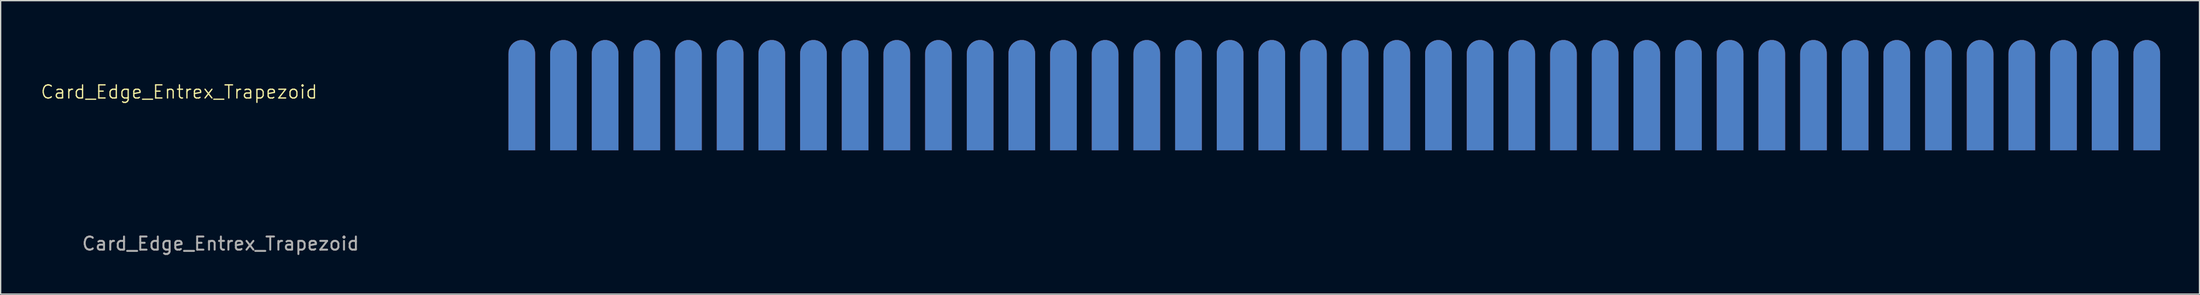
<source format=kicad_pcb>
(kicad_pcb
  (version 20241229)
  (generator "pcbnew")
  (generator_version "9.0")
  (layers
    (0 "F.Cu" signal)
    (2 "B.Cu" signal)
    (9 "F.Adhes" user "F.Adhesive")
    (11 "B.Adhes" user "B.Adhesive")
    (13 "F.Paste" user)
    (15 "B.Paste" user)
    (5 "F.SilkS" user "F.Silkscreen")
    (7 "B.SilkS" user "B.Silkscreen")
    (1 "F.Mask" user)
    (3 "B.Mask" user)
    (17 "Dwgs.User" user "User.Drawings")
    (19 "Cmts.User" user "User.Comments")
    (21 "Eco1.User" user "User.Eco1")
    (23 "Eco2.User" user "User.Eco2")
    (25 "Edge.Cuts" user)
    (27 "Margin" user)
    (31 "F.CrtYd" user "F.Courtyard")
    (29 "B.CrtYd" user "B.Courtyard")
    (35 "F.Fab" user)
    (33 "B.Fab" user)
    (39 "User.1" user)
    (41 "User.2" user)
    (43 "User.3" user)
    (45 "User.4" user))
  (footprint "Card_Edge_Entrex_Trapezoid"
    (layer "F.Cu")
    (at 35.123 9.479)
    (property "Reference" "Card_Edge_Entrex_Trapezoid" (at -24.525 -5.513 0) (unlocked yes) (layer "F.SilkS") (effects (font (size 1 1) (thickness 0.1))))
    (attr smd)
    (fp_text user "${REFERENCE}" (at -21.365 6.058 0) (unlocked yes) (layer "F.Fab") (effects (font (size 1 1) (thickness 0.15))))
    (pad "1" connect custom (at 1.587 -4.763) (size 2.032 7.4) (layers "F.Cu" "F.Mask") (options (anchor rect)) (primitives (gr_circle (center 0 -3.7) (end 1.016 -3.7) (width 0) (fill yes))))
    (pad "2" connect custom (at 1.587 -4.763) (size 2.032 7.4) (layers "B.Cu" "B.Mask") (options (anchor rect)) (primitives (gr_circle (center 0 -3.7) (end 1.016 -3.7) (width 0) (fill yes))))
    (pad "3" connect custom (at 4.763 -4.763) (size 2.032 7.4) (layers "F.Cu" "F.Mask") (options (anchor rect)) (primitives (gr_circle (center 0 -3.7) (end 1.016 -3.7) (width 0) (fill yes))))
    (pad "4" connect custom (at 4.763 -4.763) (size 2.032 7.4) (layers "B.Cu" "B.Mask") (options (anchor rect)) (primitives (gr_circle (center 0 -3.7) (end 1.016 -3.7) (width 0) (fill yes))))
    (pad "5" connect custom (at 7.938 -4.763) (size 2.032 7.4) (layers "F.Cu" "F.Mask") (options (anchor rect)) (primitives (gr_circle (center 0 -3.7) (end 1.016 -3.7) (width 0) (fill yes))))
    (pad "6" connect custom (at 7.938 -4.763) (size 2.032 7.4) (layers "B.Cu" "B.Mask") (options (anchor rect)) (primitives (gr_circle (center 0 -3.7) (end 1.016 -3.7) (width 0) (fill yes))))
    (pad "7" connect custom (at 11.113 -4.763) (size 2.032 7.4) (layers "F.Cu" "F.Mask") (options (anchor rect)) (primitives (gr_circle (center 0 -3.7) (end 1.016 -3.7) (width 0) (fill yes))))
    (pad "8" connect custom (at 11.113 -4.763) (size 2.032 7.4) (layers "B.Cu" "B.Mask") (options (anchor rect)) (primitives (gr_circle (center 0 -3.7) (end 1.016 -3.7) (width 0) (fill yes))))
    (pad "9" connect custom (at 14.287 -4.763) (size 2.032 7.4) (layers "F.Cu" "F.Mask") (options (anchor rect)) (primitives (gr_circle (center 0 -3.7) (end 1.016 -3.7) (width 0) (fill yes))))
    (pad "10" connect custom (at 14.287 -4.763) (size 2.032 7.4) (layers "B.Cu" "B.Mask") (options (anchor rect)) (primitives (gr_circle (center 0 -3.7) (end 1.016 -3.7) (width 0) (fill yes))))
    (pad "11" connect custom (at 17.462 -4.763) (size 2.032 7.4) (layers "F.Cu" "F.Mask") (options (anchor rect)) (primitives (gr_circle (center 0 -3.7) (end 1.016 -3.7) (width 0) (fill yes))))
    (pad "12" connect custom (at 17.462 -4.763) (size 2.032 7.4) (layers "B.Cu" "B.Mask") (options (anchor rect)) (primitives (gr_circle (center 0 -3.7) (end 1.016 -3.7) (width 0) (fill yes))))
    (pad "13" connect custom (at 20.637 -4.763) (size 2.032 7.4) (layers "F.Cu" "F.Mask") (options (anchor rect)) (primitives (gr_circle (center 0 -3.7) (end 1.016 -3.7) (width 0) (fill yes))))
    (pad "14" connect custom (at 20.637 -4.763) (size 2.032 7.4) (layers "B.Cu" "B.Mask") (options (anchor rect)) (primitives (gr_circle (center 0 -3.7) (end 1.016 -3.7) (width 0) (fill yes))))
    (pad "15" connect custom (at 23.812 -4.763) (size 2.032 7.4) (layers "F.Cu" "F.Mask") (options (anchor rect)) (primitives (gr_circle (center 0 -3.7) (end 1.016 -3.7) (width 0) (fill yes))))
    (pad "16" connect custom (at 23.812 -4.763) (size 2.032 7.4) (layers "B.Cu" "B.Mask") (options (anchor rect)) (primitives (gr_circle (center 0 -3.7) (end 1.016 -3.7) (width 0) (fill yes))))
    (pad "17" connect custom (at 26.988 -4.763) (size 2.032 7.4) (layers "F.Cu" "F.Mask") (options (anchor rect)) (primitives (gr_circle (center 0 -3.7) (end 1.016 -3.7) (width 0) (fill yes))))
    (pad "18" connect custom (at 26.988 -4.763) (size 2.032 7.4) (layers "B.Cu" "B.Mask") (options (anchor rect)) (primitives (gr_circle (center 0 -3.7) (end 1.016 -3.7) (width 0) (fill yes))))
    (pad "19" connect custom (at 30.163 -4.763) (size 2.032 7.4) (layers "F.Cu" "F.Mask") (options (anchor rect)) (primitives (gr_circle (center 0 -3.7) (end 1.016 -3.7) (width 0) (fill yes))))
    (pad "20" connect custom (at 30.163 -4.763) (size 2.032 7.4) (layers "B.Cu" "B.Mask") (options (anchor rect)) (primitives (gr_circle (center 0 -3.7) (end 1.016 -3.7) (width 0) (fill yes))))
    (pad "21" connect custom (at 33.337 -4.763) (size 2.032 7.4) (layers "F.Cu" "F.Mask") (options (anchor rect)) (primitives (gr_circle (center 0 -3.7) (end 1.016 -3.7) (width 0) (fill yes))))
    (pad "22" connect custom (at 33.337 -4.763) (size 2.032 7.4) (layers "B.Cu" "B.Mask") (options (anchor rect)) (primitives (gr_circle (center 0 -3.7) (end 1.016 -3.7) (width 0) (fill yes))))
    (pad "23" connect custom (at 36.513 -4.763) (size 2.032 7.4) (layers "F.Cu" "F.Mask") (options (anchor rect)) (primitives (gr_circle (center 0 -3.7) (end 1.016 -3.7) (width 0) (fill yes))))
    (pad "24" connect custom (at 36.513 -4.763) (size 2.032 7.4) (layers "B.Cu" "B.Mask") (options (anchor rect)) (primitives (gr_circle (center 0 -3.7) (end 1.016 -3.7) (width 0) (fill yes))))
    (pad "25" connect custom (at 39.688 -4.763) (size 2.032 7.4) (layers "F.Cu" "F.Mask") (options (anchor rect)) (primitives (gr_circle (center 0 -3.7) (end 1.016 -3.7) (width 0) (fill yes))))
    (pad "26" connect custom (at 39.688 -4.763) (size 2.032 7.4) (layers "B.Cu" "B.Mask") (options (anchor rect)) (primitives (gr_circle (center 0 -3.7) (end 1.016 -3.7) (width 0) (fill yes))))
    (pad "27" connect custom (at 42.862 -4.763) (size 2.032 7.4) (layers "F.Cu" "F.Mask") (options (anchor rect)) (primitives (gr_circle (center 0 -3.7) (end 1.016 -3.7) (width 0) (fill yes))))
    (pad "28" connect custom (at 42.862 -4.763) (size 2.032 7.4) (layers "B.Cu" "B.Mask") (options (anchor rect)) (primitives (gr_circle (center 0 -3.7) (end 1.016 -3.7) (width 0) (fill yes))))
    (pad "29" connect custom (at 46.038 -4.763) (size 2.032 7.4) (layers "F.Cu" "F.Mask") (options (anchor rect)) (primitives (gr_circle (center 0 -3.7) (end 1.016 -3.7) (width 0) (fill yes))))
    (pad "30" connect custom (at 46.038 -4.763) (size 2.032 7.4) (layers "B.Cu" "B.Mask") (options (anchor rect)) (primitives (gr_circle (center 0 -3.7) (end 1.016 -3.7) (width 0) (fill yes))))
    (pad "31" connect custom (at 49.212 -4.763) (size 2.032 7.4) (layers "F.Cu" "F.Mask") (options (anchor rect)) (primitives (gr_circle (center 0 -3.7) (end 1.016 -3.7) (width 0) (fill yes))))
    (pad "32" connect custom (at 49.212 -4.763) (size 2.032 7.4) (layers "B.Cu" "B.Mask") (options (anchor rect)) (primitives (gr_circle (center 0 -3.7) (end 1.016 -3.7) (width 0) (fill yes))))
    (pad "33" connect custom (at 52.388 -4.763) (size 2.032 7.4) (layers "F.Cu" "F.Mask") (options (anchor rect)) (primitives (gr_circle (center 0 -3.7) (end 1.016 -3.7) (width 0) (fill yes))))
    (pad "34" connect custom (at 52.388 -4.763) (size 2.032 7.4) (layers "B.Cu" "B.Mask") (options (anchor rect)) (primitives (gr_circle (center 0 -3.7) (end 1.016 -3.7) (width 0) (fill yes))))
    (pad "35" connect custom (at 55.562 -4.763) (size 2.032 7.4) (layers "F.Cu" "F.Mask") (options (anchor rect)) (primitives (gr_circle (center 0 -3.7) (end 1.016 -3.7) (width 0) (fill yes))))
    (pad "36" connect custom (at 55.562 -4.763) (size 2.032 7.4) (layers "B.Cu" "B.Mask") (options (anchor rect)) (primitives (gr_circle (center 0 -3.7) (end 1.016 -3.7) (width 0) (fill yes))))
    (pad "37" connect custom (at 58.737 -4.763) (size 2.032 7.4) (layers "F.Cu" "F.Mask") (options (anchor rect)) (primitives (gr_circle (center 0 -3.7) (end 1.016 -3.7) (width 0) (fill yes))))
    (pad "38" connect custom (at 58.737 -4.763) (size 2.032 7.4) (layers "B.Cu" "B.Mask") (options (anchor rect)) (primitives (gr_circle (center 0 -3.7) (end 1.016 -3.7) (width 0) (fill yes))))
    (pad "39" connect custom (at 61.913 -4.763) (size 2.032 7.4) (layers "F.Cu" "F.Mask") (options (anchor rect)) (primitives (gr_circle (center 0 -3.7) (end 1.016 -3.7) (width 0) (fill yes))))
    (pad "40" connect custom (at 61.913 -4.763) (size 2.032 7.4) (layers "B.Cu" "B.Mask") (options (anchor rect)) (primitives (gr_circle (center 0 -3.7) (end 1.016 -3.7) (width 0) (fill yes))))
    (pad "41" connect custom (at 65.088 -4.763) (size 2.032 7.4) (layers "F.Cu" "F.Mask") (options (anchor rect)) (primitives (gr_circle (center 0 -3.7) (end 1.016 -3.7) (width 0) (fill yes))))
    (pad "42" connect custom (at 65.088 -4.763) (size 2.032 7.4) (layers "B.Cu" "B.Mask") (options (anchor rect)) (primitives (gr_circle (center 0 -3.7) (end 1.016 -3.7) (width 0) (fill yes))))
    (pad "43" connect custom (at 68.263 -4.763) (size 2.032 7.4) (layers "F.Cu" "F.Mask") (options (anchor rect)) (primitives (gr_circle (center 0 -3.7) (end 1.016 -3.7) (width 0) (fill yes))))
    (pad "44" connect custom (at 68.263 -4.763) (size 2.032 7.4) (layers "B.Cu" "B.Mask") (options (anchor rect)) (primitives (gr_circle (center 0 -3.7) (end 1.016 -3.7) (width 0) (fill yes))))
    (pad "45" connect custom (at 71.438 -4.763) (size 2.032 7.4) (layers "F.Cu" "F.Mask") (options (anchor rect)) (primitives (gr_circle (center 0 -3.7) (end 1.016 -3.7) (width 0) (fill yes))))
    (pad "46" connect custom (at 71.438 -4.763) (size 2.032 7.4) (layers "B.Cu" "B.Mask") (options (anchor rect)) (primitives (gr_circle (center 0 -3.7) (end 1.016 -3.7) (width 0) (fill yes))))
    (pad "47" connect custom (at 74.612 -4.763) (size 2.032 7.4) (layers "F.Cu" "F.Mask") (options (anchor rect)) (primitives (gr_circle (center 0 -3.7) (end 1.016 -3.7) (width 0) (fill yes))))
    (pad "48" connect custom (at 74.612 -4.763) (size 2.032 7.4) (layers "B.Cu" "B.Mask") (options (anchor rect)) (primitives (gr_circle (center 0 -3.7) (end 1.016 -3.7) (width 0) (fill yes))))
    (pad "49" connect custom (at 77.787 -4.763) (size 2.032 7.4) (layers "F.Cu" "F.Mask") (options (anchor rect)) (primitives (gr_circle (center 0 -3.7) (end 1.016 -3.7) (width 0) (fill yes))))
    (pad "50" connect custom (at 77.787 -4.763) (size 2.032 7.4) (layers "B.Cu" "B.Mask") (options (anchor rect)) (primitives (gr_circle (center 0 -3.7) (end 1.016 -3.7) (width 0) (fill yes))))
    (pad "51" connect custom (at 80.963 -4.763) (size 2.032 7.4) (layers "F.Cu" "F.Mask") (options (anchor rect)) (primitives (gr_circle (center 0 -3.7) (end 1.016 -3.7) (width 0) (fill yes))))
    (pad "52" connect custom (at 80.963 -4.763) (size 2.032 7.4) (layers "B.Cu" "B.Mask") (options (anchor rect)) (primitives (gr_circle (center 0 -3.7) (end 1.016 -3.7) (width 0) (fill yes))))
    (pad "53" connect custom (at 84.138 -4.763) (size 2.032 7.4) (layers "F.Cu" "F.Mask") (options (anchor rect)) (primitives (gr_circle (center 0 -3.7) (end 1.016 -3.7) (width 0) (fill yes))))
    (pad "54" connect custom (at 84.138 -4.763) (size 2.032 7.4) (layers "B.Cu" "B.Mask") (options (anchor rect)) (primitives (gr_circle (center 0 -3.7) (end 1.016 -3.7) (width 0) (fill yes))))
    (pad "55" connect custom (at 87.312 -4.763) (size 2.032 7.4) (layers "F.Cu" "F.Mask") (options (anchor rect)) (primitives (gr_circle (center 0 -3.7) (end 1.016 -3.7) (width 0) (fill yes))))
    (pad "56" connect custom (at 87.312 -4.763) (size 2.032 7.4) (layers "B.Cu" "B.Mask") (options (anchor rect)) (primitives (gr_circle (center 0 -3.7) (end 1.016 -3.7) (width 0) (fill yes))))
    (pad "57" connect custom (at 90.487 -4.763) (size 2.032 7.4) (layers "F.Cu" "F.Mask") (options (anchor rect)) (primitives (gr_circle (center 0 -3.7) (end 1.016 -3.7) (width 0) (fill yes))))
    (pad "58" connect custom (at 90.487 -4.763) (size 2.032 7.4) (layers "B.Cu" "B.Mask") (options (anchor rect)) (primitives (gr_circle (center 0 -3.7) (end 1.016 -3.7) (width 0) (fill yes))))
    (pad "59" connect custom (at 93.662 -4.763) (size 2.032 7.4) (layers "F.Cu" "F.Mask") (options (anchor rect)) (primitives (gr_circle (center 0 -3.7) (end 1.016 -3.7) (width 0) (fill yes))))
    (pad "60" connect custom (at 93.662 -4.763) (size 2.032 7.4) (layers "B.Cu" "B.Mask") (options (anchor rect)) (primitives (gr_circle (center 0 -3.7) (end 1.016 -3.7) (width 0) (fill yes))))
    (pad "61" connect custom (at 96.838 -4.763) (size 2.032 7.4) (layers "F.Cu" "F.Mask") (options (anchor rect)) (primitives (gr_circle (center 0 -3.7) (end 1.016 -3.7) (width 0) (fill yes))))
    (pad "62" connect custom (at 96.838 -4.763) (size 2.032 7.4) (layers "B.Cu" "B.Mask") (options (anchor rect)) (primitives (gr_circle (center 0 -3.7) (end 1.016 -3.7) (width 0) (fill yes))))
    (pad "63" connect custom (at 100.013 -4.763) (size 2.032 7.4) (layers "F.Cu" "F.Mask") (options (anchor rect)) (primitives (gr_circle (center 0 -3.7) (end 1.016 -3.7) (width 0) (fill yes))))
    (pad "64" connect custom (at 100.013 -4.763) (size 2.032 7.4) (layers "B.Cu" "B.Mask") (options (anchor rect)) (primitives (gr_circle (center 0 -3.7) (end 1.016 -3.7) (width 0) (fill yes))))
    (pad "65" connect custom (at 103.188 -4.763) (size 2.032 7.4) (layers "F.Cu" "F.Mask") (options (anchor rect)) (primitives (gr_circle (center 0 -3.7) (end 1.016 -3.7) (width 0) (fill yes))))
    (pad "66" connect custom (at 103.188 -4.763) (size 2.032 7.4) (layers "B.Cu" "B.Mask") (options (anchor rect)) (primitives (gr_circle (center 0 -3.7) (end 1.016 -3.7) (width 0) (fill yes))))
    (pad "67" connect custom (at 106.362 -4.763) (size 2.032 7.4) (layers "F.Cu" "F.Mask") (options (anchor rect)) (primitives (gr_circle (center 0 -3.7) (end 1.016 -3.7) (width 0) (fill yes))))
    (pad "68" connect custom (at 106.362 -4.763) (size 2.032 7.4) (layers "B.Cu" "B.Mask") (options (anchor rect)) (primitives (gr_circle (center 0 -3.7) (end 1.016 -3.7) (width 0) (fill yes))))
    (pad "69" connect custom (at 109.537 -4.763) (size 2.032 7.4) (layers "F.Cu" "F.Mask") (options (anchor rect)) (primitives (gr_circle (center 0 -3.7) (end 1.016 -3.7) (width 0) (fill yes))))
    (pad "70" connect custom (at 109.537 -4.763) (size 2.032 7.4) (layers "B.Cu" "B.Mask") (options (anchor rect)) (primitives (gr_circle (center 0 -3.7) (end 1.016 -3.7) (width 0) (fill yes))))
    (pad "71" connect custom (at 112.713 -4.763) (size 2.032 7.4) (layers "F.Cu" "F.Mask") (options (anchor rect)) (primitives (gr_circle (center 0 -3.7) (end 1.016 -3.7) (width 0) (fill yes))))
    (pad "72" connect custom (at 112.713 -4.763) (size 2.032 7.4) (layers "B.Cu" "B.Mask") (options (anchor rect)) (primitives (gr_circle (center 0 -3.7) (end 1.016 -3.7) (width 0) (fill yes))))
    (pad "73" connect custom (at 115.888 -4.763) (size 2.032 7.4) (layers "F.Cu" "F.Mask") (options (anchor rect)) (primitives (gr_circle (center 0 -3.7) (end 1.016 -3.7) (width 0) (fill yes))))
    (pad "74" connect custom (at 115.888 -4.763) (size 2.032 7.4) (layers "B.Cu" "B.Mask") (options (anchor rect)) (primitives (gr_circle (center 0 -3.7) (end 1.016 -3.7) (width 0) (fill yes))))
    (pad "75" connect custom (at 119.062 -4.763) (size 2.032 7.4) (layers "F.Cu" "F.Mask") (options (anchor rect)) (primitives (gr_circle (center 0 -3.7) (end 1.016 -3.7) (width 0) (fill yes))))
    (pad "76" connect custom (at 119.062 -4.763) (size 2.032 7.4) (layers "B.Cu" "B.Mask") (options (anchor rect)) (primitives (gr_circle (center 0 -3.7) (end 1.016 -3.7) (width 0) (fill yes))))
    (pad "77" connect custom (at 122.237 -4.763) (size 2.032 7.4) (layers "F.Cu" "F.Mask") (options (anchor rect)) (primitives (gr_circle (center 0 -3.7) (end 1.016 -3.7) (width 0) (fill yes))))
    (pad "78" connect custom (at 122.237 -4.763) (size 2.032 7.4) (layers "B.Cu" "B.Mask") (options (anchor rect)) (primitives (gr_circle (center 0 -3.7) (end 1.016 -3.7) (width 0) (fill yes))))
    (pad "79" connect custom (at 125.412 -4.763) (size 2.032 7.4) (layers "F.Cu" "F.Mask") (options (anchor rect)) (primitives (gr_circle (center 0 -3.7) (end 1.016 -3.7) (width 0) (fill yes))))
    (pad "80" connect custom (at 125.412 -4.763) (size 2.032 7.4) (layers "B.Cu" "B.Mask") (options (anchor rect)) (primitives (gr_circle (center 0 -3.7) (end 1.016 -3.7) (width 0) (fill yes)))))
  (gr_rect
    (start -3 -3)
    (end 164.551 19.384)
    (stroke (width 0.1) (type default))
    (fill no)
    (layer "Edge.Cuts")))
</source>
